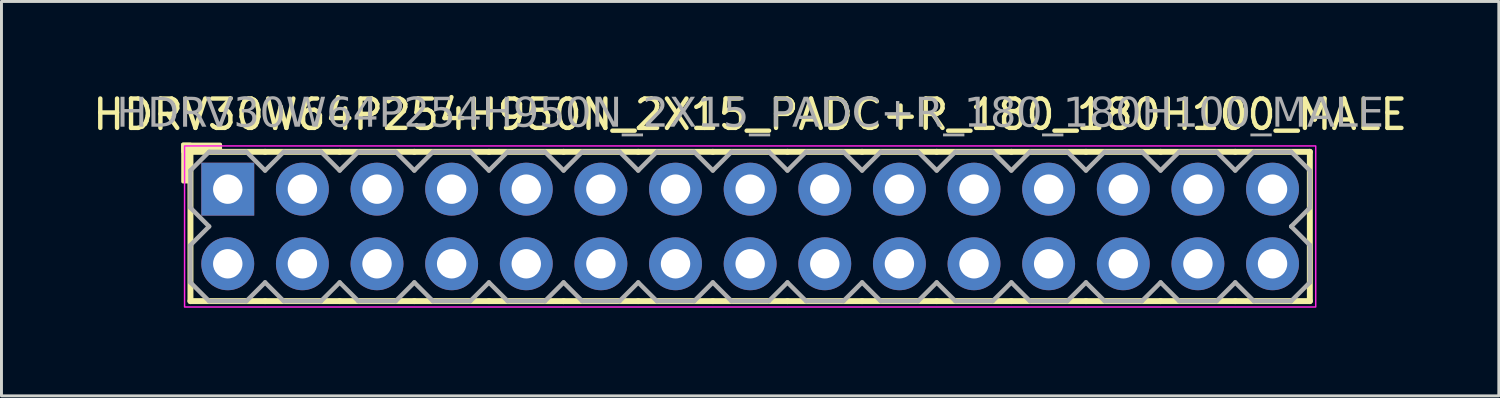
<source format=kicad_pcb>
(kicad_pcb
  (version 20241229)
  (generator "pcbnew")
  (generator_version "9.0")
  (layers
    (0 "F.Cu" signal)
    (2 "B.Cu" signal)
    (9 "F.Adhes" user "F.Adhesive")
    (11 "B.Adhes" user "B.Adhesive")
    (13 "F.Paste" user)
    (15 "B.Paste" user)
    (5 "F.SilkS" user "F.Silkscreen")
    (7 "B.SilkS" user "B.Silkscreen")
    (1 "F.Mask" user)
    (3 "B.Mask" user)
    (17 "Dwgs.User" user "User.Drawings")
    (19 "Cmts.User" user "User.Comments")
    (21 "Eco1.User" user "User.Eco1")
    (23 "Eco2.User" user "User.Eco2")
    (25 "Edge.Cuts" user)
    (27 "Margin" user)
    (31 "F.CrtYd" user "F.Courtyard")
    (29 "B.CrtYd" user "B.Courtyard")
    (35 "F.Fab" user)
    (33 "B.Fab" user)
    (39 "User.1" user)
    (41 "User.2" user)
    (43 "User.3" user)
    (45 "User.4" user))
  (footprint "HDRV30W64P254H950N_2X15_PADC+R_180_180H100_MALE"
    (layer "F.Cu")
    (at 22.482 4.658)
    (property "Reference" "HDRV30W64P254H950N_2X15_PADC+R_180_180H100_MALE" (at 0 -3.81 0) (layer "F.SilkS") (effects (font (size 1 1) (thickness 0.15))))
    (attr through_hole)
    (fp_line (start -19.05 2.54) (end -19.05 -2.54) (stroke (width 0.203) (type solid)) (layer "F.SilkS"))
    (fp_line (start -16.51 -2.54) (end -19.05 -2.54) (stroke (width 0.203) (type solid)) (layer "F.SilkS"))
    (fp_line (start -16.51 2.54) (end -19.05 2.54) (stroke (width 0.203) (type solid)) (layer "F.SilkS"))
    (fp_line (start -13.97 -2.54) (end -16.51 -2.54) (stroke (width 0.203) (type solid)) (layer "F.SilkS"))
    (fp_line (start -13.97 2.54) (end -16.51 2.54) (stroke (width 0.203) (type solid)) (layer "F.SilkS"))
    (fp_line (start -11.43 -2.54) (end -13.97 -2.54) (stroke (width 0.203) (type solid)) (layer "F.SilkS"))
    (fp_line (start -11.43 2.54) (end -13.97 2.54) (stroke (width 0.203) (type solid)) (layer "F.SilkS"))
    (fp_line (start -8.89 -2.54) (end -11.43 -2.54) (stroke (width 0.203) (type solid)) (layer "F.SilkS"))
    (fp_line (start -8.89 2.54) (end -11.43 2.54) (stroke (width 0.203) (type solid)) (layer "F.SilkS"))
    (fp_line (start -6.35 -2.54) (end -8.89 -2.54) (stroke (width 0.203) (type solid)) (layer "F.SilkS"))
    (fp_line (start -6.35 2.54) (end -8.89 2.54) (stroke (width 0.203) (type solid)) (layer "F.SilkS"))
    (fp_line (start -3.81 -2.54) (end -6.35 -2.54) (stroke (width 0.203) (type solid)) (layer "F.SilkS"))
    (fp_line (start -3.81 2.54) (end -6.35 2.54) (stroke (width 0.203) (type solid)) (layer "F.SilkS"))
    (fp_line (start -1.27 -2.54) (end -3.81 -2.54) (stroke (width 0.203) (type solid)) (layer "F.SilkS"))
    (fp_line (start -1.27 2.54) (end -3.81 2.54) (stroke (width 0.203) (type solid)) (layer "F.SilkS"))
    (fp_line (start 1.27 -2.54) (end -1.27 -2.54) (stroke (width 0.203) (type solid)) (layer "F.SilkS"))
    (fp_line (start 1.27 2.54) (end -1.27 2.54) (stroke (width 0.203) (type solid)) (layer "F.SilkS"))
    (fp_line (start 3.81 -2.54) (end 1.27 -2.54) (stroke (width 0.203) (type solid)) (layer "F.SilkS"))
    (fp_line (start 3.81 2.54) (end 1.27 2.54) (stroke (width 0.203) (type solid)) (layer "F.SilkS"))
    (fp_line (start 6.35 -2.54) (end 3.81 -2.54) (stroke (width 0.203) (type solid)) (layer "F.SilkS"))
    (fp_line (start 6.35 2.54) (end 3.81 2.54) (stroke (width 0.203) (type solid)) (layer "F.SilkS"))
    (fp_line (start 8.89 -2.54) (end 6.35 -2.54) (stroke (width 0.203) (type solid)) (layer "F.SilkS"))
    (fp_line (start 8.89 2.54) (end 6.35 2.54) (stroke (width 0.203) (type solid)) (layer "F.SilkS"))
    (fp_line (start 11.43 -2.54) (end 8.89 -2.54) (stroke (width 0.203) (type solid)) (layer "F.SilkS"))
    (fp_line (start 11.43 2.54) (end 8.89 2.54) (stroke (width 0.203) (type solid)) (layer "F.SilkS"))
    (fp_line (start 13.97 -2.54) (end 11.43 -2.54) (stroke (width 0.203) (type solid)) (layer "F.SilkS"))
    (fp_line (start 13.97 2.54) (end 11.43 2.54) (stroke (width 0.203) (type solid)) (layer "F.SilkS"))
    (fp_line (start 16.51 -2.54) (end 13.97 -2.54) (stroke (width 0.203) (type solid)) (layer "F.SilkS"))
    (fp_line (start 16.51 2.54) (end 13.97 2.54) (stroke (width 0.203) (type solid)) (layer "F.SilkS"))
    (fp_line (start 19.05 -2.54) (end 16.51 -2.54) (stroke (width 0.203) (type solid)) (layer "F.SilkS"))
    (fp_line (start 19.05 2.54) (end 16.51 2.54) (stroke (width 0.203) (type solid)) (layer "F.SilkS"))
    (fp_line (start 19.05 2.54) (end 19.05 -2.54) (stroke (width 0.203) (type solid)) (layer "F.SilkS"))
    (fp_rect (start -19.304 -1.524) (end -19.05 -2.794) (stroke (width 0.12) (type solid)) (fill yes) (layer "F.SilkS"))
    (fp_rect (start -18.034 -2.54) (end -19.304 -2.794) (stroke (width 0.12) (type solid)) (fill yes) (layer "F.SilkS"))
    (fp_rect (start -19.25 -2.74) (end 19.25 2.74) (stroke (width 0.05) (type default)) (fill no) (layer "F.CrtYd"))
    (fp_line (start -19.05 -1.905) (end -19.05 -0.635) (stroke (width 0.152) (type solid)) (layer "F.Fab"))
    (fp_line (start -19.05 -1.905) (end -18.415 -2.54) (stroke (width 0.152) (type solid)) (layer "F.Fab"))
    (fp_line (start -19.05 0.635) (end -19.05 1.905) (stroke (width 0.152) (type solid)) (layer "F.Fab"))
    (fp_line (start -18.415 -2.54) (end -17.145 -2.54) (stroke (width 0.152) (type solid)) (layer "F.Fab"))
    (fp_line (start -18.415 0) (end -19.05 -0.635) (stroke (width 0.152) (type solid)) (layer "F.Fab"))
    (fp_line (start -18.415 0) (end -19.05 0.635) (stroke (width 0.152) (type solid)) (layer "F.Fab"))
    (fp_line (start -18.415 2.54) (end -19.05 1.905) (stroke (width 0.152) (type solid)) (layer "F.Fab"))
    (fp_line (start -17.145 -2.54) (end -16.51 -1.905) (stroke (width 0.152) (type solid)) (layer "F.Fab"))
    (fp_line (start -17.145 2.54) (end -18.415 2.54) (stroke (width 0.152) (type solid)) (layer "F.Fab"))
    (fp_line (start -16.51 -1.905) (end -15.875 -2.54) (stroke (width 0.152) (type solid)) (layer "F.Fab"))
    (fp_line (start -16.51 1.905) (end -17.145 2.54) (stroke (width 0.152) (type solid)) (layer "F.Fab"))
    (fp_line (start -15.875 -2.54) (end -14.605 -2.54) (stroke (width 0.152) (type solid)) (layer "F.Fab"))
    (fp_line (start -15.875 2.54) (end -16.51 1.905) (stroke (width 0.152) (type solid)) (layer "F.Fab"))
    (fp_line (start -14.605 -2.54) (end -13.97 -1.905) (stroke (width 0.152) (type solid)) (layer "F.Fab"))
    (fp_line (start -14.605 2.54) (end -15.875 2.54) (stroke (width 0.152) (type solid)) (layer "F.Fab"))
    (fp_line (start -13.97 -1.905) (end -13.335 -2.54) (stroke (width 0.152) (type solid)) (layer "F.Fab"))
    (fp_line (start -13.97 1.905) (end -14.605 2.54) (stroke (width 0.152) (type solid)) (layer "F.Fab"))
    (fp_line (start -13.335 -2.54) (end -12.065 -2.54) (stroke (width 0.152) (type solid)) (layer "F.Fab"))
    (fp_line (start -13.335 2.54) (end -13.97 1.905) (stroke (width 0.152) (type solid)) (layer "F.Fab"))
    (fp_line (start -12.065 -2.54) (end -11.43 -1.905) (stroke (width 0.152) (type solid)) (layer "F.Fab"))
    (fp_line (start -12.065 2.54) (end -13.335 2.54) (stroke (width 0.152) (type solid)) (layer "F.Fab"))
    (fp_line (start -11.43 -1.905) (end -10.795 -2.54) (stroke (width 0.152) (type solid)) (layer "F.Fab"))
    (fp_line (start -11.43 1.905) (end -12.065 2.54) (stroke (width 0.152) (type solid)) (layer "F.Fab"))
    (fp_line (start -10.795 -2.54) (end -9.525 -2.54) (stroke (width 0.152) (type solid)) (layer "F.Fab"))
    (fp_line (start -10.795 2.54) (end -11.43 1.905) (stroke (width 0.152) (type solid)) (layer "F.Fab"))
    (fp_line (start -9.525 -2.54) (end -8.89 -1.905) (stroke (width 0.152) (type solid)) (layer "F.Fab"))
    (fp_line (start -9.525 2.54) (end -10.795 2.54) (stroke (width 0.152) (type solid)) (layer "F.Fab"))
    (fp_line (start -8.89 -1.905) (end -8.255 -2.54) (stroke (width 0.152) (type solid)) (layer "F.Fab"))
    (fp_line (start -8.89 1.905) (end -9.525 2.54) (stroke (width 0.152) (type solid)) (layer "F.Fab"))
    (fp_line (start -8.255 -2.54) (end -6.985 -2.54) (stroke (width 0.152) (type solid)) (layer "F.Fab"))
    (fp_line (start -8.255 2.54) (end -8.89 1.905) (stroke (width 0.152) (type solid)) (layer "F.Fab"))
    (fp_line (start -6.985 -2.54) (end -6.35 -1.905) (stroke (width 0.152) (type solid)) (layer "F.Fab"))
    (fp_line (start -6.985 2.54) (end -8.255 2.54) (stroke (width 0.152) (type solid)) (layer "F.Fab"))
    (fp_line (start -6.35 -1.905) (end -5.715 -2.54) (stroke (width 0.152) (type solid)) (layer "F.Fab"))
    (fp_line (start -6.35 1.905) (end -6.985 2.54) (stroke (width 0.152) (type solid)) (layer "F.Fab"))
    (fp_line (start -5.715 -2.54) (end -4.445 -2.54) (stroke (width 0.152) (type solid)) (layer "F.Fab"))
    (fp_line (start -5.715 2.54) (end -6.35 1.905) (stroke (width 0.152) (type solid)) (layer "F.Fab"))
    (fp_line (start -4.445 -2.54) (end -3.81 -1.905) (stroke (width 0.152) (type solid)) (layer "F.Fab"))
    (fp_line (start -4.445 2.54) (end -5.715 2.54) (stroke (width 0.152) (type solid)) (layer "F.Fab"))
    (fp_line (start -3.81 -1.905) (end -3.175 -2.54) (stroke (width 0.152) (type solid)) (layer "F.Fab"))
    (fp_line (start -3.81 1.905) (end -4.445 2.54) (stroke (width 0.152) (type solid)) (layer "F.Fab"))
    (fp_line (start -3.175 -2.54) (end -1.905 -2.54) (stroke (width 0.152) (type solid)) (layer "F.Fab"))
    (fp_line (start -3.175 2.54) (end -3.81 1.905) (stroke (width 0.152) (type solid)) (layer "F.Fab"))
    (fp_line (start -1.905 -2.54) (end -1.27 -1.905) (stroke (width 0.152) (type solid)) (layer "F.Fab"))
    (fp_line (start -1.905 2.54) (end -3.175 2.54) (stroke (width 0.152) (type solid)) (layer "F.Fab"))
    (fp_line (start -1.27 -1.905) (end -0.635 -2.54) (stroke (width 0.152) (type solid)) (layer "F.Fab"))
    (fp_line (start -1.27 1.905) (end -1.905 2.54) (stroke (width 0.152) (type solid)) (layer "F.Fab"))
    (fp_line (start -0.635 -2.54) (end 0.635 -2.54) (stroke (width 0.152) (type solid)) (layer "F.Fab"))
    (fp_line (start -0.635 2.54) (end -1.27 1.905) (stroke (width 0.152) (type solid)) (layer "F.Fab"))
    (fp_line (start 0.635 -2.54) (end 1.27 -1.905) (stroke (width 0.152) (type solid)) (layer "F.Fab"))
    (fp_line (start 0.635 2.54) (end -0.635 2.54) (stroke (width 0.152) (type solid)) (layer "F.Fab"))
    (fp_line (start 1.27 -1.905) (end 1.905 -2.54) (stroke (width 0.152) (type solid)) (layer "F.Fab"))
    (fp_line (start 1.27 1.905) (end 0.635 2.54) (stroke (width 0.152) (type solid)) (layer "F.Fab"))
    (fp_line (start 1.905 -2.54) (end 3.175 -2.54) (stroke (width 0.152) (type solid)) (layer "F.Fab"))
    (fp_line (start 1.905 2.54) (end 1.27 1.905) (stroke (width 0.152) (type solid)) (layer "F.Fab"))
    (fp_line (start 3.175 -2.54) (end 3.81 -1.905) (stroke (width 0.152) (type solid)) (layer "F.Fab"))
    (fp_line (start 3.175 2.54) (end 1.905 2.54) (stroke (width 0.152) (type solid)) (layer "F.Fab"))
    (fp_line (start 3.81 -1.905) (end 4.445 -2.54) (stroke (width 0.152) (type solid)) (layer "F.Fab"))
    (fp_line (start 3.81 1.905) (end 3.175 2.54) (stroke (width 0.152) (type solid)) (layer "F.Fab"))
    (fp_line (start 4.445 -2.54) (end 5.715 -2.54) (stroke (width 0.152) (type solid)) (layer "F.Fab"))
    (fp_line (start 4.445 2.54) (end 3.81 1.905) (stroke (width 0.152) (type solid)) (layer "F.Fab"))
    (fp_line (start 5.715 -2.54) (end 6.35 -1.905) (stroke (width 0.152) (type solid)) (layer "F.Fab"))
    (fp_line (start 5.715 2.54) (end 4.445 2.54) (stroke (width 0.152) (type solid)) (layer "F.Fab"))
    (fp_line (start 6.35 -1.905) (end 6.985 -2.54) (stroke (width 0.152) (type solid)) (layer "F.Fab"))
    (fp_line (start 6.35 1.905) (end 5.715 2.54) (stroke (width 0.152) (type solid)) (layer "F.Fab"))
    (fp_line (start 6.985 -2.54) (end 8.255 -2.54) (stroke (width 0.152) (type solid)) (layer "F.Fab"))
    (fp_line (start 6.985 2.54) (end 6.35 1.905) (stroke (width 0.152) (type solid)) (layer "F.Fab"))
    (fp_line (start 8.255 -2.54) (end 8.89 -1.905) (stroke (width 0.152) (type solid)) (layer "F.Fab"))
    (fp_line (start 8.255 2.54) (end 6.985 2.54) (stroke (width 0.152) (type solid)) (layer "F.Fab"))
    (fp_line (start 8.89 -1.905) (end 9.525 -2.54) (stroke (width 0.152) (type solid)) (layer "F.Fab"))
    (fp_line (start 8.89 1.905) (end 8.255 2.54) (stroke (width 0.152) (type solid)) (layer "F.Fab"))
    (fp_line (start 9.525 -2.54) (end 10.795 -2.54) (stroke (width 0.152) (type solid)) (layer "F.Fab"))
    (fp_line (start 9.525 2.54) (end 8.89 1.905) (stroke (width 0.152) (type solid)) (layer "F.Fab"))
    (fp_line (start 10.795 -2.54) (end 11.43 -1.905) (stroke (width 0.152) (type solid)) (layer "F.Fab"))
    (fp_line (start 10.795 2.54) (end 9.525 2.54) (stroke (width 0.152) (type solid)) (layer "F.Fab"))
    (fp_line (start 11.43 -1.905) (end 12.065 -2.54) (stroke (width 0.152) (type solid)) (layer "F.Fab"))
    (fp_line (start 11.43 1.905) (end 10.795 2.54) (stroke (width 0.152) (type solid)) (layer "F.Fab"))
    (fp_line (start 12.065 -2.54) (end 13.335 -2.54) (stroke (width 0.152) (type solid)) (layer "F.Fab"))
    (fp_line (start 12.065 2.54) (end 11.43 1.905) (stroke (width 0.152) (type solid)) (layer "F.Fab"))
    (fp_line (start 13.335 -2.54) (end 13.97 -1.905) (stroke (width 0.152) (type solid)) (layer "F.Fab"))
    (fp_line (start 13.335 2.54) (end 12.065 2.54) (stroke (width 0.152) (type solid)) (layer "F.Fab"))
    (fp_line (start 13.97 -1.905) (end 14.605 -2.54) (stroke (width 0.152) (type solid)) (layer "F.Fab"))
    (fp_line (start 13.97 1.905) (end 13.335 2.54) (stroke (width 0.152) (type solid)) (layer "F.Fab"))
    (fp_line (start 14.605 -2.54) (end 15.875 -2.54) (stroke (width 0.152) (type solid)) (layer "F.Fab"))
    (fp_line (start 14.605 2.54) (end 13.97 1.905) (stroke (width 0.152) (type solid)) (layer "F.Fab"))
    (fp_line (start 15.875 -2.54) (end 16.51 -1.905) (stroke (width 0.152) (type solid)) (layer "F.Fab"))
    (fp_line (start 15.875 2.54) (end 14.605 2.54) (stroke (width 0.152) (type solid)) (layer "F.Fab"))
    (fp_line (start 16.51 -1.905) (end 17.145 -2.54) (stroke (width 0.152) (type solid)) (layer "F.Fab"))
    (fp_line (start 16.51 1.905) (end 15.875 2.54) (stroke (width 0.152) (type solid)) (layer "F.Fab"))
    (fp_line (start 17.145 -2.54) (end 18.415 -2.54) (stroke (width 0.152) (type solid)) (layer "F.Fab"))
    (fp_line (start 17.145 2.54) (end 16.51 1.905) (stroke (width 0.152) (type solid)) (layer "F.Fab"))
    (fp_line (start 18.415 -2.54) (end 19.05 -1.905) (stroke (width 0.152) (type solid)) (layer "F.Fab"))
    (fp_line (start 18.415 0) (end 19.05 0.635) (stroke (width 0.152) (type solid)) (layer "F.Fab"))
    (fp_line (start 18.415 2.54) (end 17.145 2.54) (stroke (width 0.152) (type solid)) (layer "F.Fab"))
    (fp_line (start 19.05 -1.905) (end 19.05 -0.635) (stroke (width 0.152) (type solid)) (layer "F.Fab"))
    (fp_line (start 19.05 -0.635) (end 18.415 0) (stroke (width 0.152) (type solid)) (layer "F.Fab"))
    (fp_line (start 19.05 0.635) (end 19.05 1.905) (stroke (width 0.152) (type solid)) (layer "F.Fab"))
    (fp_line (start 19.05 1.905) (end 18.415 2.54) (stroke (width 0.152) (type solid)) (layer "F.Fab"))
    (fp_rect (start -17.526 -1.524) (end -18.034 -1.016) (stroke (width 0.152) (type solid)) (fill no) (layer "F.Fab"))
    (fp_rect (start -17.526 1.016) (end -18.034 1.524) (stroke (width 0.152) (type solid)) (fill no) (layer "F.Fab"))
    (fp_rect (start -14.986 -1.524) (end -15.494 -1.016) (stroke (width 0.152) (type solid)) (fill no) (layer "F.Fab"))
    (fp_rect (start -14.986 1.016) (end -15.494 1.524) (stroke (width 0.152) (type solid)) (fill no) (layer "F.Fab"))
    (fp_rect (start -12.446 -1.524) (end -12.954 -1.016) (stroke (width 0.152) (type solid)) (fill no) (layer "F.Fab"))
    (fp_rect (start -12.446 1.016) (end -12.954 1.524) (stroke (width 0.152) (type solid)) (fill no) (layer "F.Fab"))
    (fp_rect (start -9.906 -1.524) (end -10.414 -1.016) (stroke (width 0.152) (type solid)) (fill no) (layer "F.Fab"))
    (fp_rect (start -9.906 1.016) (end -10.414 1.524) (stroke (width 0.152) (type solid)) (fill no) (layer "F.Fab"))
    (fp_rect (start -7.366 -1.524) (end -7.874 -1.016) (stroke (width 0.152) (type solid)) (fill no) (layer "F.Fab"))
    (fp_rect (start -7.366 1.016) (end -7.874 1.524) (stroke (width 0.152) (type solid)) (fill no) (layer "F.Fab"))
    (fp_rect (start -4.826 -1.524) (end -5.334 -1.016) (stroke (width 0.152) (type solid)) (fill no) (layer "F.Fab"))
    (fp_rect (start -4.826 1.016) (end -5.334 1.524) (stroke (width 0.152) (type solid)) (fill no) (layer "F.Fab"))
    (fp_rect (start -2.286 -1.524) (end -2.794 -1.016) (stroke (width 0.152) (type solid)) (fill no) (layer "F.Fab"))
    (fp_rect (start -2.286 1.016) (end -2.794 1.524) (stroke (width 0.152) (type solid)) (fill no) (layer "F.Fab"))
    (fp_rect (start 0.254 -1.524) (end -0.254 -1.016) (stroke (width 0.152) (type solid)) (fill no) (layer "F.Fab"))
    (fp_rect (start 0.254 1.016) (end -0.254 1.524) (stroke (width 0.152) (type solid)) (fill no) (layer "F.Fab"))
    (fp_rect (start 2.794 -1.524) (end 2.286 -1.016) (stroke (width 0.152) (type solid)) (fill no) (layer "F.Fab"))
    (fp_rect (start 2.794 1.016) (end 2.286 1.524) (stroke (width 0.152) (type solid)) (fill no) (layer "F.Fab"))
    (fp_rect (start 5.334 -1.524) (end 4.826 -1.016) (stroke (width 0.152) (type solid)) (fill no) (layer "F.Fab"))
    (fp_rect (start 5.334 1.016) (end 4.826 1.524) (stroke (width 0.152) (type solid)) (fill no) (layer "F.Fab"))
    (fp_rect (start 7.874 -1.524) (end 7.366 -1.016) (stroke (width 0.152) (type solid)) (fill no) (layer "F.Fab"))
    (fp_rect (start 7.874 1.016) (end 7.366 1.524) (stroke (width 0.152) (type solid)) (fill no) (layer "F.Fab"))
    (fp_rect (start 10.414 -1.524) (end 9.906 -1.016) (stroke (width 0.152) (type solid)) (fill no) (layer "F.Fab"))
    (fp_rect (start 10.414 1.016) (end 9.906 1.524) (stroke (width 0.152) (type solid)) (fill no) (layer "F.Fab"))
    (fp_rect (start 12.954 -1.524) (end 12.446 -1.016) (stroke (width 0.152) (type solid)) (fill no) (layer "F.Fab"))
    (fp_rect (start 12.954 1.016) (end 12.446 1.524) (stroke (width 0.152) (type solid)) (fill no) (layer "F.Fab"))
    (fp_rect (start 15.494 -1.524) (end 14.986 -1.016) (stroke (width 0.152) (type solid)) (fill no) (layer "F.Fab"))
    (fp_rect (start 15.494 1.016) (end 14.986 1.524) (stroke (width 0.152) (type solid)) (fill no) (layer "F.Fab"))
    (fp_rect (start 18.034 -1.524) (end 17.526 -1.016) (stroke (width 0.152) (type solid)) (fill no) (layer "F.Fab"))
    (fp_rect (start 18.034 1.016) (end 17.526 1.524) (stroke (width 0.152) (type solid)) (fill no) (layer "F.Fab"))
    (fp_text user "${REFERENCE}" (at 0 -3.81 0) (layer "F.Fab") (effects (font (face "Tahoma") (size 1 1) (thickness 0.15))))
    (pad "1" thru_hole rect (at -17.78 -1.27) (size 1.8 1.8) (drill 1) (layers "*.Cu" "*.Mask"))
    (pad "2" thru_hole circle (at -17.78 1.27) (size 1.8 1.8) (drill 1) (layers "*.Cu" "*.Mask"))
    (pad "3" thru_hole circle (at -15.24 -1.27) (size 1.8 1.8) (drill 1) (layers "*.Cu" "*.Mask"))
    (pad "4" thru_hole circle (at -15.24 1.27) (size 1.8 1.8) (drill 1) (layers "*.Cu" "*.Mask"))
    (pad "5" thru_hole circle (at -12.7 -1.27) (size 1.8 1.8) (drill 1) (layers "*.Cu" "*.Mask"))
    (pad "6" thru_hole circle (at -12.7 1.27) (size 1.8 1.8) (drill 1) (layers "*.Cu" "*.Mask"))
    (pad "7" thru_hole circle (at -10.16 -1.27) (size 1.8 1.8) (drill 1) (layers "*.Cu" "*.Mask"))
    (pad "8" thru_hole circle (at -10.16 1.27) (size 1.8 1.8) (drill 1) (layers "*.Cu" "*.Mask"))
    (pad "9" thru_hole circle (at -7.62 -1.27) (size 1.8 1.8) (drill 1) (layers "*.Cu" "*.Mask"))
    (pad "10" thru_hole circle (at -7.62 1.27) (size 1.8 1.8) (drill 1) (layers "*.Cu" "*.Mask"))
    (pad "11" thru_hole circle (at -5.08 -1.27) (size 1.8 1.8) (drill 1) (layers "*.Cu" "*.Mask"))
    (pad "12" thru_hole circle (at -5.08 1.27) (size 1.8 1.8) (drill 1) (layers "*.Cu" "*.Mask"))
    (pad "13" thru_hole circle (at -2.54 -1.27) (size 1.8 1.8) (drill 1) (layers "*.Cu" "*.Mask"))
    (pad "14" thru_hole circle (at -2.54 1.27) (size 1.8 1.8) (drill 1) (layers "*.Cu" "*.Mask"))
    (pad "15" thru_hole circle (at 0 -1.27) (size 1.8 1.8) (drill 1) (layers "*.Cu" "*.Mask"))
    (pad "16" thru_hole circle (at 0 1.27) (size 1.8 1.8) (drill 1) (layers "*.Cu" "*.Mask"))
    (pad "17" thru_hole circle (at 2.54 -1.27) (size 1.8 1.8) (drill 1) (layers "*.Cu" "*.Mask"))
    (pad "18" thru_hole circle (at 2.54 1.27) (size 1.8 1.8) (drill 1) (layers "*.Cu" "*.Mask"))
    (pad "19" thru_hole circle (at 5.08 -1.27) (size 1.8 1.8) (drill 1) (layers "*.Cu" "*.Mask"))
    (pad "20" thru_hole circle (at 5.08 1.27) (size 1.8 1.8) (drill 1) (layers "*.Cu" "*.Mask"))
    (pad "21" thru_hole circle (at 7.62 -1.27) (size 1.8 1.8) (drill 1) (layers "*.Cu" "*.Mask"))
    (pad "22" thru_hole circle (at 7.62 1.27) (size 1.8 1.8) (drill 1) (layers "*.Cu" "*.Mask"))
    (pad "23" thru_hole circle (at 10.16 -1.27) (size 1.8 1.8) (drill 1) (layers "*.Cu" "*.Mask"))
    (pad "24" thru_hole circle (at 10.16 1.27) (size 1.8 1.8) (drill 1) (layers "*.Cu" "*.Mask"))
    (pad "25" thru_hole circle (at 12.7 -1.27) (size 1.8 1.8) (drill 1) (layers "*.Cu" "*.Mask"))
    (pad "26" thru_hole circle (at 12.7 1.27) (size 1.8 1.8) (drill 1) (layers "*.Cu" "*.Mask"))
    (pad "27" thru_hole circle (at 15.24 -1.27) (size 1.8 1.8) (drill 1) (layers "*.Cu" "*.Mask"))
    (pad "28" thru_hole circle (at 15.24 1.27) (size 1.8 1.8) (drill 1) (layers "*.Cu" "*.Mask"))
    (pad "29" thru_hole circle (at 17.78 -1.27) (size 1.8 1.8) (drill 1) (layers "*.Cu" "*.Mask"))
    (pad "30" thru_hole circle (at 17.78 1.27) (size 1.8 1.8) (drill 1) (layers "*.Cu" "*.Mask")))
  (gr_rect
    (start -3 -3)
    (end 47.964 10.423)
    (stroke (width 0.1) (type default))
    (fill no)
    (layer "Edge.Cuts")))
</source>
